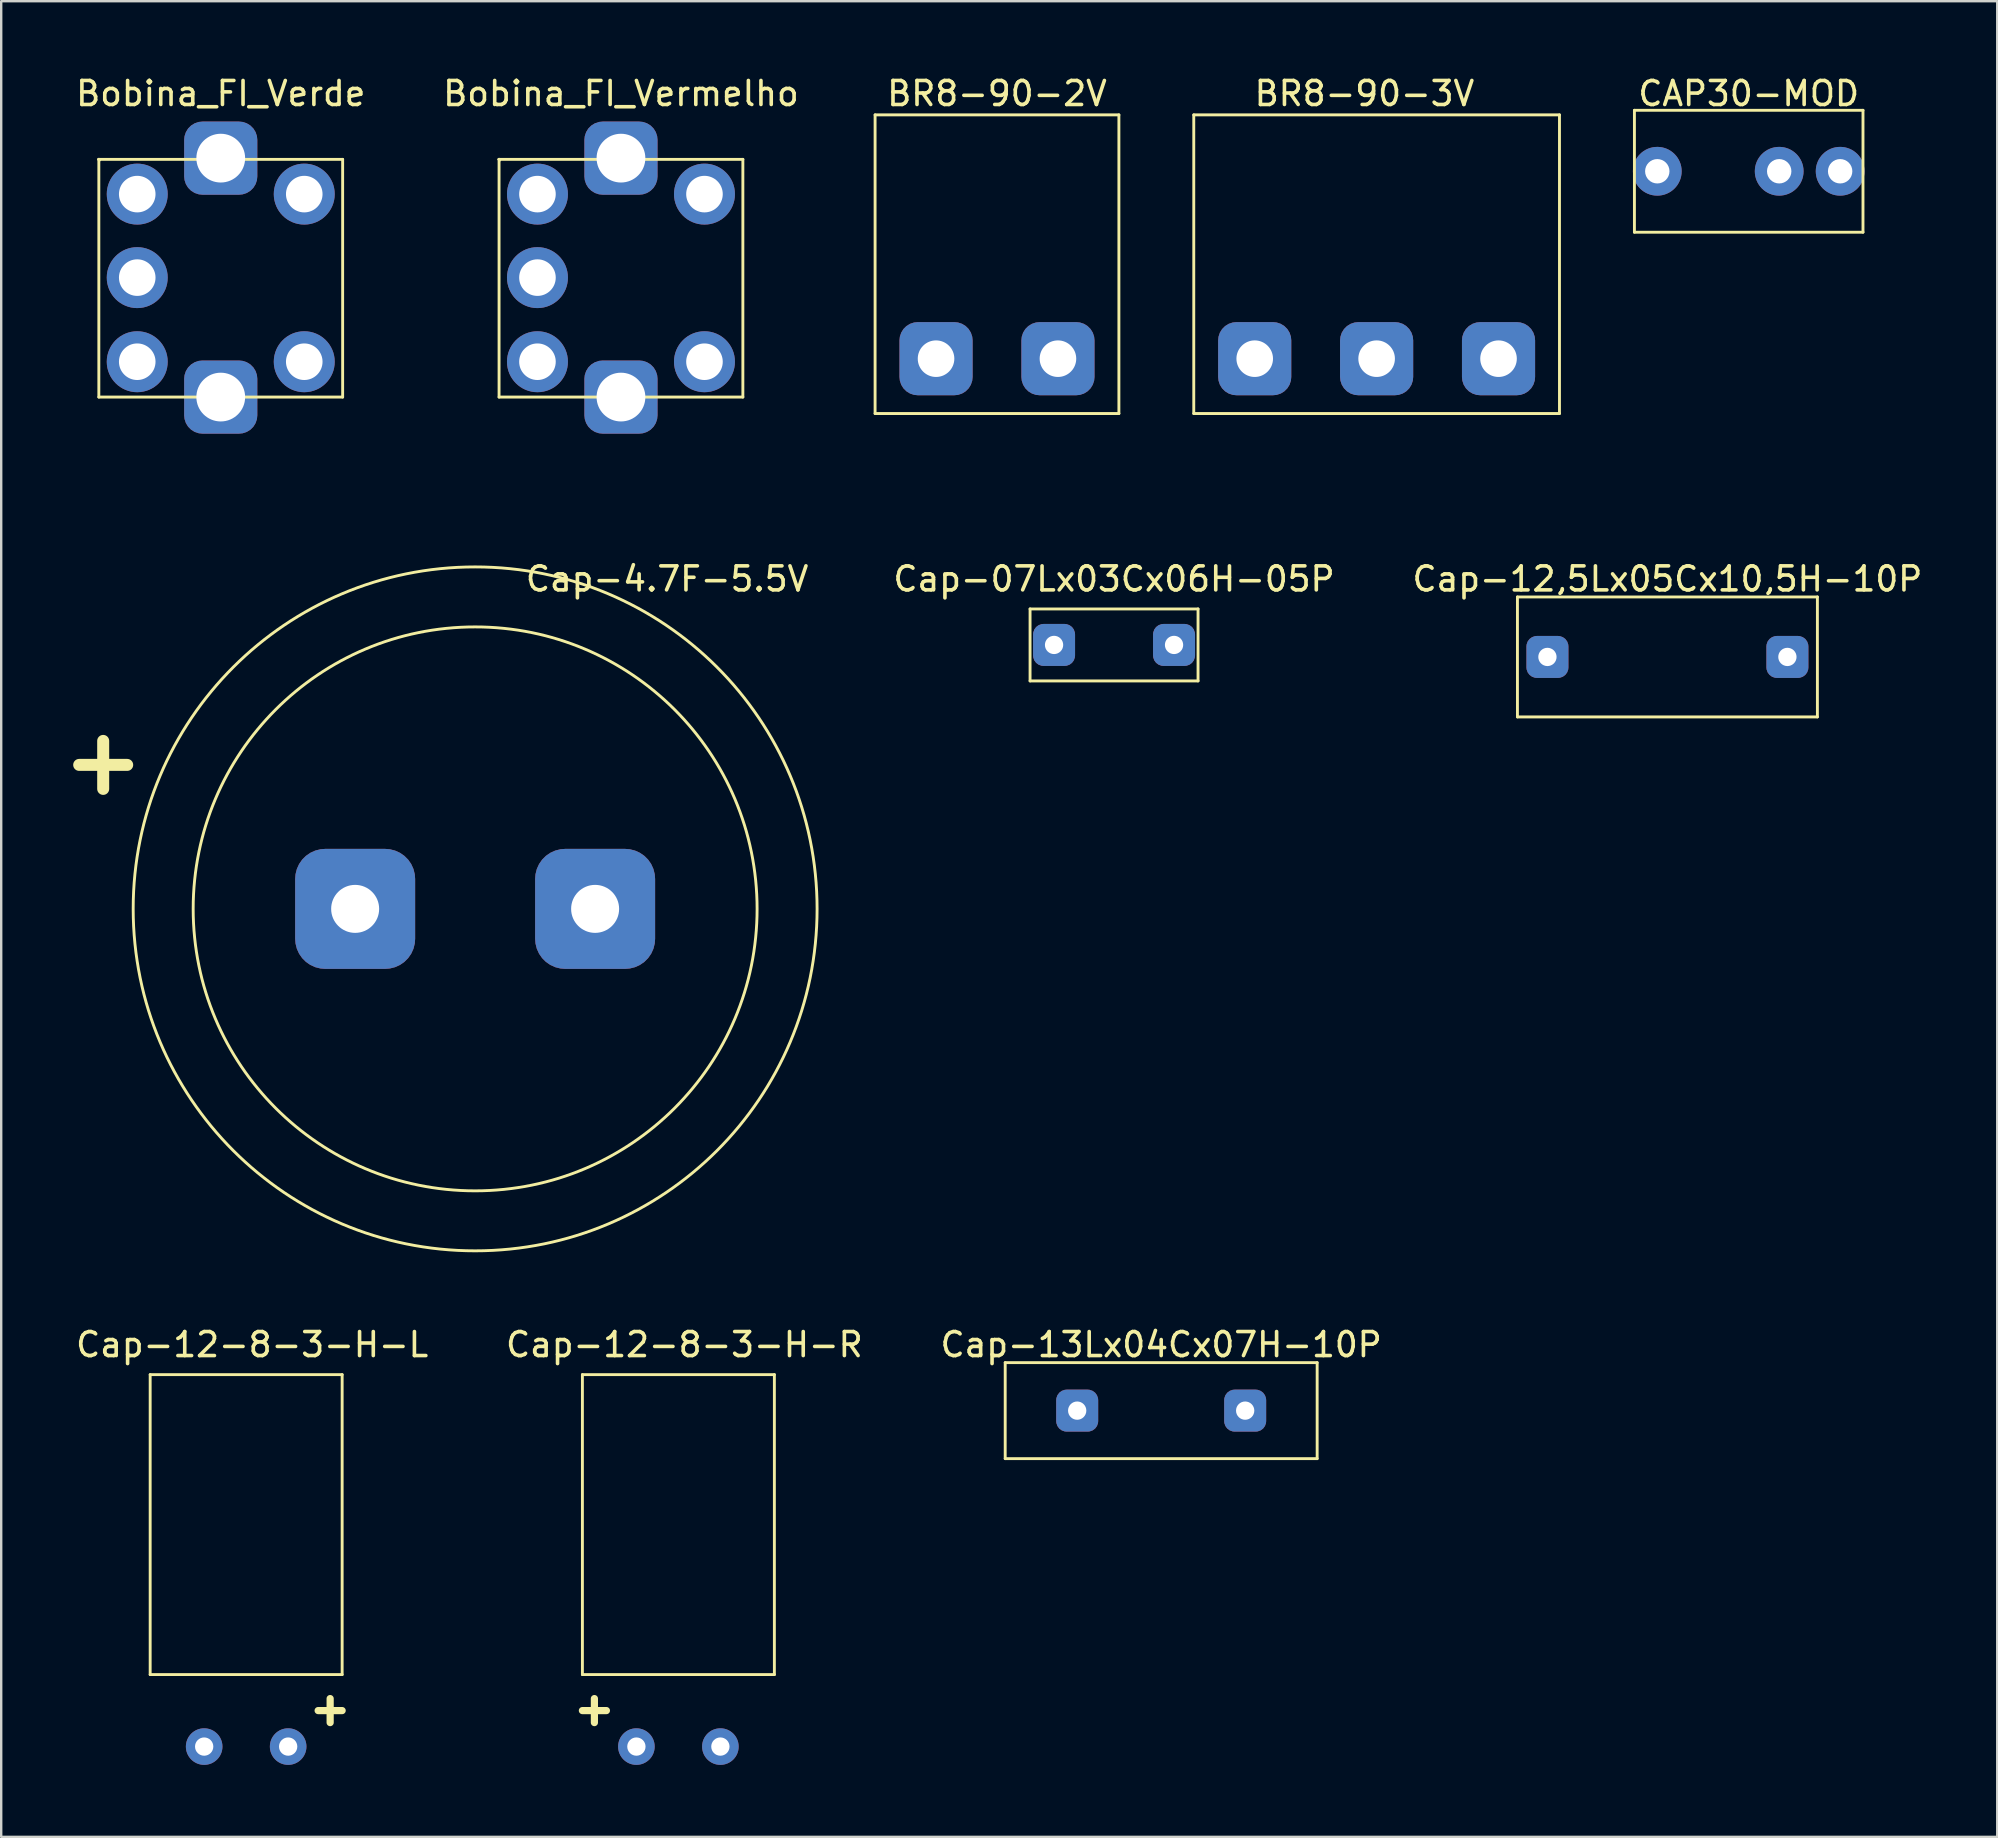
<source format=kicad_pcb>
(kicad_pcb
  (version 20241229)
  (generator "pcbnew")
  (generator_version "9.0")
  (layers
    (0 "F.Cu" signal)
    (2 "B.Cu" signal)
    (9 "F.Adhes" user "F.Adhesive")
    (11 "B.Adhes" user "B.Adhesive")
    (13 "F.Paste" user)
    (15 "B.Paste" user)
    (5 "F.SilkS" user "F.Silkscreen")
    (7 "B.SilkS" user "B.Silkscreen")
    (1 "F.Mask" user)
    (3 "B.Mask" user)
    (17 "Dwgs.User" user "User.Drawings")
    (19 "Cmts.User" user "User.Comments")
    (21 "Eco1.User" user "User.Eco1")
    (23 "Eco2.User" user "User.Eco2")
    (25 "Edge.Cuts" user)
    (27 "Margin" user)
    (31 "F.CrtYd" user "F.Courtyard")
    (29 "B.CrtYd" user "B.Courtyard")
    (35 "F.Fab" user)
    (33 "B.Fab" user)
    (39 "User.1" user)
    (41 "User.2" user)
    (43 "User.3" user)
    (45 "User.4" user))
  (footprint "Cap-12-8-3-H-L"
    (layer "F.Cu")
    (at 3.208 69.234)
    (property "Reference" "Cap-12-8-3-H-L" (at 4.25 -16.25 0) (layer "F.SilkS") (effects (font (size 1 1) (thickness 0.15))))
    (attr through_hole)
    (fp_line (start 0 -15) (end 0 -2.5) (stroke (width 0.12) (type solid)) (layer "F.SilkS"))
    (fp_line (start 0 -2.5) (end 8 -2.5) (stroke (width 0.12) (type solid)) (layer "F.SilkS"))
    (fp_line (start 7.5 -1.5) (end 7.5 -0.5) (stroke (width 0.3) (type solid)) (layer "F.SilkS"))
    (fp_line (start 8 -15) (end 0 -15) (stroke (width 0.12) (type solid)) (layer "F.SilkS"))
    (fp_line (start 8 -2.5) (end 8 -15) (stroke (width 0.12) (type solid)) (layer "F.SilkS"))
    (fp_line (start 8 -1) (end 7 -1) (stroke (width 0.3) (type solid)) (layer "F.SilkS"))
    (pad "1" thru_hole circle (at 5.75 0.5) (size 1.524 1.524) (drill 0.762) (layers "*.Cu" "*.Mask"))
    (pad "2" thru_hole circle (at 2.25 0.5) (size 1.524 1.524) (drill 0.762) (layers "*.Cu" "*.Mask")))
  (footprint "Cap-13Lx04Cx07H-10P"
    (layer "F.Cu")
    (at 45.339 55.734)
    (property "Reference" "Cap-13Lx04Cx07H-10P" (at 0 -2.75 0) (layer "F.SilkS") (effects (font (size 1 1) (thickness 0.15))))
    (attr through_hole)
    (fp_line (start -6.5 -2) (end -6.5 2) (stroke (width 0.12) (type solid)) (layer "F.SilkS"))
    (fp_line (start -6.5 2) (end 6.5 2) (stroke (width 0.12) (type solid)) (layer "F.SilkS"))
    (fp_line (start 6.5 -2) (end -6.5 -2) (stroke (width 0.12) (type solid)) (layer "F.SilkS"))
    (fp_line (start 6.5 2) (end 6.5 -2) (stroke (width 0.12) (type solid)) (layer "F.SilkS"))
    (pad "1" thru_hole roundrect (at 3.5 0) (size 1.75 1.75) (drill 0.762) (layers "*.Cu" "*.Mask") (roundrect_rratio 0.25))
    (pad "2" thru_hole roundrect (at -3.5 0) (size 1.75 1.75) (drill 0.762) (layers "*.Cu" "*.Mask") (roundrect_rratio 0.25)))
  (footprint "Bobina_FI_Vermelho"
    (layer "F.Cu")
    (at 22.827 16.037)
    (property "Reference" "Bobina_FI_Vermelho" (at 0 -15.189 0) (layer "F.SilkS") (effects (font (size 1 1) (thickness 0.15))))
    (attr through_hole)
    (fp_line (start -5.08 -12.446) (end -5.055 -12.421) (stroke (width 0.12) (type solid)) (layer "F.SilkS"))
    (fp_line (start -5.08 -12.446) (end 5.08 -12.446) (stroke (width 0.12) (type solid)) (layer "F.SilkS"))
    (fp_line (start -5.08 -2.54) (end -5.08 -12.446) (stroke (width 0.12) (type solid)) (layer "F.SilkS"))
    (fp_line (start -5.055 -12.421) (end -5.08 -12.446) (stroke (width 0.12) (type solid)) (layer "F.SilkS"))
    (fp_line (start 5.08 -12.446) (end 5.08 -2.54) (stroke (width 0.12) (type solid)) (layer "F.SilkS"))
    (fp_line (start 5.08 -2.54) (end -5.08 -2.54) (stroke (width 0.12) (type solid)) (layer "F.SilkS"))
    (pad "1" thru_hole circle (at -3.48 -10.998) (size 2.54 2.54) (drill 1.524) (layers "*.Cu" "*.Mask"))
    (pad "2" thru_hole circle (at -3.48 -7.518) (size 2.54 2.54) (drill 1.524) (layers "*.Cu" "*.Mask"))
    (pad "3" thru_hole circle (at -3.48 -4.013) (size 2.54 2.54) (drill 1.524) (layers "*.Cu" "*.Mask"))
    (pad "4" thru_hole circle (at 3.48 -10.998) (size 2.54 2.54) (drill 1.524) (layers "*.Cu" "*.Mask"))
    (pad "6" thru_hole circle (at 3.48 -4.013) (size 2.54 2.54) (drill 1.524) (layers "*.Cu" "*.Mask"))
    (pad "7" thru_hole roundrect (at 0 -12.497) (size 3.048 3.048) (drill 2.032) (layers "*.Cu" "*.Mask") (roundrect_rratio 0.25))
    (pad "8" thru_hole roundrect (at 0 -2.54) (size 3.048 3.048) (drill 2.032) (layers "*.Cu" "*.Mask") (roundrect_rratio 0.25)))
  (footprint "Cap-12,5Lx05Cx10,5H-10P"
    (layer "F.Cu")
    (at 66.435 24.326)
    (property "Reference" "Cap-12,5Lx05Cx10,5H-10P" (at 0 -3.25 0) (layer "F.SilkS") (effects (font (size 1 1) (thickness 0.15))))
    (attr through_hole)
    (fp_line (start -6.25 -2.5) (end -6.25 2.5) (stroke (width 0.12) (type solid)) (layer "F.SilkS"))
    (fp_line (start -6.25 2.5) (end 6.25 2.5) (stroke (width 0.12) (type solid)) (layer "F.SilkS"))
    (fp_line (start 6.25 -2.5) (end -6.25 -2.5) (stroke (width 0.12) (type solid)) (layer "F.SilkS"))
    (fp_line (start 6.25 2.5) (end 6.25 -2.5) (stroke (width 0.12) (type solid)) (layer "F.SilkS"))
    (pad "1" thru_hole roundrect (at 5 0) (size 1.75 1.75) (drill 0.762) (layers "*.Cu" "*.Mask") (roundrect_rratio 0.25))
    (pad "2" thru_hole roundrect (at -5 0) (size 1.75 1.75) (drill 0.762) (layers "*.Cu" "*.Mask") (roundrect_rratio 0.25)))
  (footprint "Cap-12-8-3-H-R"
    (layer "F.Cu")
    (at 21.22 69.234)
    (property "Reference" "Cap-12-8-3-H-R" (at 4.25 -16.25 0) (layer "F.SilkS") (effects (font (size 1 1) (thickness 0.15))))
    (attr through_hole)
    (fp_line (start 0 -15) (end 0 -2.5) (stroke (width 0.12) (type solid)) (layer "F.SilkS"))
    (fp_line (start 0 -2.5) (end 8 -2.5) (stroke (width 0.12) (type solid)) (layer "F.SilkS"))
    (fp_line (start 0.5 -1.5) (end 0.5 -0.5) (stroke (width 0.3) (type solid)) (layer "F.SilkS"))
    (fp_line (start 1 -1) (end 0 -1) (stroke (width 0.3) (type solid)) (layer "F.SilkS"))
    (fp_line (start 8 -15) (end 0 -15) (stroke (width 0.12) (type solid)) (layer "F.SilkS"))
    (fp_line (start 8 -2.5) (end 8 -15) (stroke (width 0.12) (type solid)) (layer "F.SilkS"))
    (pad "1" thru_hole circle (at 2.25 0.5) (size 1.524 1.524) (drill 0.762) (layers "*.Cu" "*.Mask"))
    (pad "2" thru_hole circle (at 5.75 0.5) (size 1.524 1.524) (drill 0.762) (layers "*.Cu" "*.Mask")))
  (footprint "CAP30-MOD"
    (layer "F.Cu")
    (at 66.013 7.262)
    (property "Reference" "CAP30-MOD" (at 3.81 -6.413 0) (layer "F.SilkS") (effects (font (size 1 1) (thickness 0.15))))
    (attr through_hole)
    (fp_line (start -0.953 -5.715) (end 8.572 -5.715) (stroke (width 0.12) (type solid)) (layer "F.SilkS"))
    (fp_line (start -0.953 -0.635) (end -0.953 -5.715) (stroke (width 0.12) (type solid)) (layer "F.SilkS"))
    (fp_line (start 8.572 -5.715) (end 8.572 -0.635) (stroke (width 0.12) (type solid)) (layer "F.SilkS"))
    (fp_line (start 8.572 -0.635) (end -0.953 -0.635) (stroke (width 0.12) (type solid)) (layer "F.SilkS"))
    (pad "1" thru_hole circle (at 0 -3.175) (size 2.032 2.032) (drill 1.016) (layers "*.Cu" "*.Mask"))
    (pad "2" thru_hole circle (at 5.08 -3.175) (size 2.032 2.032) (drill 1.016) (layers "*.Cu" "*.Mask"))
    (pad "3" thru_hole circle (at 7.62 -3.175) (size 2.032 2.032) (drill 1.016) (layers "*.Cu" "*.Mask")))
  (footprint "Cap-4.7F-5.5V"
    (layer "F.Cu")
    (at 13.75 38.825)
    (property "Reference" "Cap-4.7F-5.5V" (at 11 -17.75 0) (layer "F.SilkS") (effects (font (size 1 1) (thickness 0.15))))
    (attr through_hole)
    (fp_line (start -12.5 -11) (end -12.5 -9) (stroke (width 0.5) (type solid)) (layer "F.SilkS"))
    (fp_line (start -11.5 -10) (end -13.5 -10) (stroke (width 0.5) (type solid)) (layer "F.SilkS"))
    (fp_circle (center 3 -4) (end 14.75 -4) (stroke (width 0.12) (type solid)) (fill no) (layer "F.SilkS"))
    (fp_circle (center 3 -4) (end 17.25 -4) (stroke (width 0.12) (type solid)) (fill no) (layer "F.SilkS"))
    (pad "1" thru_hole roundrect (at -2 -4) (size 5 5) (drill 2) (layers "*.Cu" "*.Mask") (roundrect_rratio 0.25))
    (pad "2" thru_hole roundrect (at 8 -4) (size 5 5) (drill 2) (layers "*.Cu" "*.Mask") (roundrect_rratio 0.25)))
  (footprint "BR8-90-2V"
    (layer "F.Cu")
    (at 38.497 16.977)
    (property "Reference" "BR8-90-2V" (at 0 -16.129 0) (layer "F.SilkS") (effects (font (size 1 1) (thickness 0.15))))
    (attr through_hole)
    (fp_line (start -5.08 -15.24) (end 5.08 -15.24) (stroke (width 0.12) (type solid)) (layer "F.SilkS"))
    (fp_line (start -5.08 -2.794) (end -5.08 -15.24) (stroke (width 0.12) (type solid)) (layer "F.SilkS"))
    (fp_line (start 5.08 -15.24) (end 5.08 -2.794) (stroke (width 0.12) (type solid)) (layer "F.SilkS"))
    (fp_line (start 5.08 -2.794) (end -5.08 -2.794) (stroke (width 0.12) (type solid)) (layer "F.SilkS"))
    (pad "1" thru_hole roundrect (at -2.54 -5.08) (size 3.048 3.048) (drill 1.524) (layers "*.Cu" "*.Mask") (roundrect_rratio 0.25))
    (pad "2" thru_hole roundrect (at 2.54 -5.08) (size 3.048 3.048) (drill 1.524) (layers "*.Cu" "*.Mask") (roundrect_rratio 0.25)))
  (footprint "Cap-07Lx03Cx06H-05P"
    (layer "F.Cu")
    (at 43.375 23.826)
    (property "Reference" "Cap-07Lx03Cx06H-05P" (at 0 -2.75 0) (layer "F.SilkS") (effects (font (size 1 1) (thickness 0.15))))
    (attr through_hole)
    (fp_line (start -3.5 -1.5) (end -3.5 1.5) (stroke (width 0.12) (type solid)) (layer "F.SilkS"))
    (fp_line (start -3.5 1.5) (end 3.5 1.5) (stroke (width 0.12) (type solid)) (layer "F.SilkS"))
    (fp_line (start 3.5 -1.5) (end -3.5 -1.5) (stroke (width 0.12) (type solid)) (layer "F.SilkS"))
    (fp_line (start 3.5 1.5) (end 3.5 -1.5) (stroke (width 0.12) (type solid)) (layer "F.SilkS"))
    (pad "1" thru_hole roundrect (at 2.5 0) (size 1.75 1.75) (drill 0.762) (layers "*.Cu" "*.Mask") (roundrect_rratio 0.25))
    (pad "2" thru_hole roundrect (at -2.5 0) (size 1.75 1.75) (drill 0.762) (layers "*.Cu" "*.Mask") (roundrect_rratio 0.25)))
  (footprint "Bobina_FI_Verde"
    (layer "F.Cu")
    (at 6.149 16.037)
    (property "Reference" "Bobina_FI_Verde" (at 0 -15.189 0) (layer "F.SilkS") (effects (font (size 1 1) (thickness 0.15))))
    (attr through_hole)
    (fp_line (start -5.08 -12.446) (end -5.055 -12.421) (stroke (width 0.12) (type solid)) (layer "F.SilkS"))
    (fp_line (start -5.08 -12.446) (end 5.08 -12.446) (stroke (width 0.12) (type solid)) (layer "F.SilkS"))
    (fp_line (start -5.08 -2.54) (end -5.08 -12.446) (stroke (width 0.12) (type solid)) (layer "F.SilkS"))
    (fp_line (start -5.055 -12.421) (end -5.08 -12.446) (stroke (width 0.12) (type solid)) (layer "F.SilkS"))
    (fp_line (start 5.08 -12.446) (end 5.08 -2.54) (stroke (width 0.12) (type solid)) (layer "F.SilkS"))
    (fp_line (start 5.08 -2.54) (end -5.08 -2.54) (stroke (width 0.12) (type solid)) (layer "F.SilkS"))
    (pad "1" thru_hole circle (at -3.48 -10.998) (size 2.54 2.54) (drill 1.524) (layers "*.Cu" "*.Mask"))
    (pad "2" thru_hole circle (at -3.48 -7.518) (size 2.54 2.54) (drill 1.524) (layers "*.Cu" "*.Mask"))
    (pad "3" thru_hole circle (at -3.48 -4.013) (size 2.54 2.54) (drill 1.524) (layers "*.Cu" "*.Mask"))
    (pad "4" thru_hole circle (at 3.48 -10.998) (size 2.54 2.54) (drill 1.524) (layers "*.Cu" "*.Mask"))
    (pad "6" thru_hole circle (at 3.48 -4.013) (size 2.54 2.54) (drill 1.524) (layers "*.Cu" "*.Mask"))
    (pad "7" thru_hole roundrect (at 0 -12.497) (size 3.048 3.048) (drill 2.032) (layers "*.Cu" "*.Mask") (roundrect_rratio 0.25))
    (pad "8" thru_hole roundrect (at 0 -2.54) (size 3.048 3.048) (drill 2.032) (layers "*.Cu" "*.Mask") (roundrect_rratio 0.25)))
  (footprint "BR8-90-3V"
    (layer "F.Cu")
    (at 54.317 16.977)
    (property "Reference" "BR8-90-3V" (at -0.508 -16.129 0) (layer "F.SilkS") (effects (font (size 1 1) (thickness 0.15))))
    (attr through_hole)
    (fp_line (start -7.62 -15.24) (end 7.62 -15.24) (stroke (width 0.12) (type solid)) (layer "F.SilkS"))
    (fp_line (start -7.62 -2.794) (end -7.62 -15.24) (stroke (width 0.12) (type solid)) (layer "F.SilkS"))
    (fp_line (start 7.62 -15.24) (end 7.62 -2.794) (stroke (width 0.12) (type solid)) (layer "F.SilkS"))
    (fp_line (start 7.62 -2.794) (end -7.62 -2.794) (stroke (width 0.12) (type solid)) (layer "F.SilkS"))
    (pad "1" thru_hole roundrect (at -5.08 -5.08) (size 3.048 3.048) (drill 1.524) (layers "*.Cu" "*.Mask") (roundrect_rratio 0.25))
    (pad "2" thru_hole roundrect (at 0 -5.08) (size 3.048 3.048) (drill 1.524) (layers "*.Cu" "*.Mask") (roundrect_rratio 0.25))
    (pad "3" thru_hole roundrect (at 5.08 -5.08) (size 3.048 3.048) (drill 1.524) (layers "*.Cu" "*.Mask") (roundrect_rratio 0.25)))
  (gr_rect
    (start -3 -3)
    (end 80.179 73.496)
    (stroke (width 0.1) (type default))
    (fill no)
    (layer "Edge.Cuts")))
</source>
